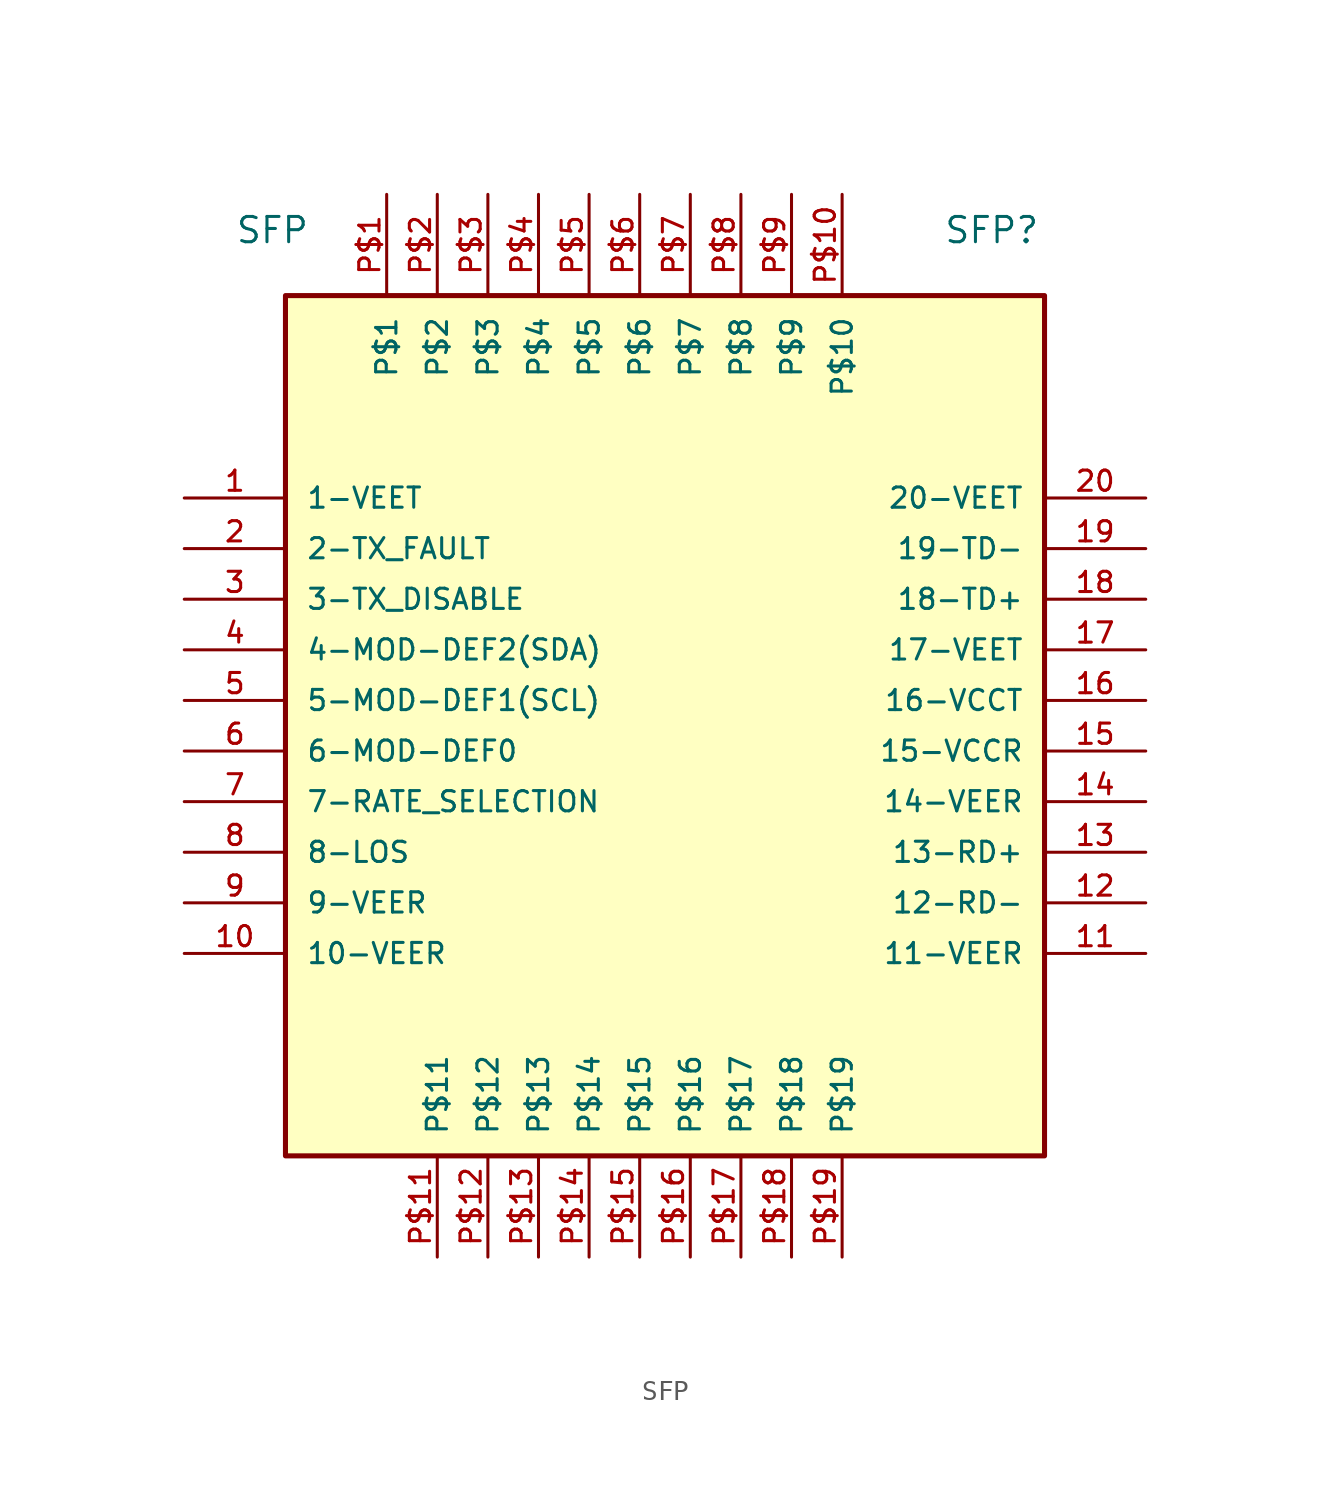
<source format=kicad_sym>
(kicad_symbol_lib
  (version 20211014)
  (generator kicad_symbol_editor)
  (symbol "SFP"
    (pin_names
      (offset 1.016))
    (property "Reference" "SFP"
      (at 15.24 22.86 0)
      (effects (font (size 1.27 1.27)) (justify bottom left)))
    (property "Value" "SFP"
      (at -20.32 22.86 0)
      (effects (font (size 1.27 1.27)) (justify bottom left)))
    (symbol "SFP_0_0"
      (rectangle (start -17.78 -22.86) (end 20.32 20.32) (stroke (width 0.254)) (fill (type background)))
      (pin bidirectional line (at -22.86 10.16 0) (length 5.08) (name "1-VEET" (effects (font (size 1.016 1.016)))) (number "1" (effects (font (size 1.016 1.016)))))
      (pin bidirectional line (at -22.86 7.62 0) (length 5.08) (name "2-TX_FAULT" (effects (font (size 1.016 1.016)))) (number "2" (effects (font (size 1.016 1.016)))))
      (pin bidirectional line (at -22.86 5.08 0) (length 5.08) (name "3-TX_DISABLE" (effects (font (size 1.016 1.016)))) (number "3" (effects (font (size 1.016 1.016)))))
      (pin bidirectional line (at -22.86 2.54 0) (length 5.08) (name "4-MOD-DEF2(SDA)" (effects (font (size 1.016 1.016)))) (number "4" (effects (font (size 1.016 1.016)))))
      (pin bidirectional line (at -22.86 0.0 0) (length 5.08) (name "5-MOD-DEF1(SCL)" (effects (font (size 1.016 1.016)))) (number "5" (effects (font (size 1.016 1.016)))))
      (pin bidirectional line (at -22.86 -2.54 0) (length 5.08) (name "6-MOD-DEF0" (effects (font (size 1.016 1.016)))) (number "6" (effects (font (size 1.016 1.016)))))
      (pin bidirectional line (at -22.86 -5.08 0) (length 5.08) (name "7-RATE_SELECTION" (effects (font (size 1.016 1.016)))) (number "7" (effects (font (size 1.016 1.016)))))
      (pin bidirectional line (at -22.86 -7.62 0) (length 5.08) (name "8-LOS" (effects (font (size 1.016 1.016)))) (number "8" (effects (font (size 1.016 1.016)))))
      (pin bidirectional line (at -22.86 -10.16 0) (length 5.08) (name "9-VEER" (effects (font (size 1.016 1.016)))) (number "9" (effects (font (size 1.016 1.016)))))
      (pin bidirectional line (at -22.86 -12.7 0) (length 5.08) (name "10-VEER" (effects (font (size 1.016 1.016)))) (number "10" (effects (font (size 1.016 1.016)))))
      (pin bidirectional line (at 25.4 -12.7 180.0) (length 5.08) (name "11-VEER" (effects (font (size 1.016 1.016)))) (number "11" (effects (font (size 1.016 1.016)))))
      (pin bidirectional line (at 25.4 -10.16 180.0) (length 5.08) (name "12-RD-" (effects (font (size 1.016 1.016)))) (number "12" (effects (font (size 1.016 1.016)))))
      (pin bidirectional line (at 25.4 -7.62 180.0) (length 5.08) (name "13-RD+" (effects (font (size 1.016 1.016)))) (number "13" (effects (font (size 1.016 1.016)))))
      (pin bidirectional line (at 25.4 -5.08 180.0) (length 5.08) (name "14-VEER" (effects (font (size 1.016 1.016)))) (number "14" (effects (font (size 1.016 1.016)))))
      (pin bidirectional line (at 25.4 -2.54 180.0) (length 5.08) (name "15-VCCR" (effects (font (size 1.016 1.016)))) (number "15" (effects (font (size 1.016 1.016)))))
      (pin bidirectional line (at 25.4 0.0 180.0) (length 5.08) (name "16-VCCT" (effects (font (size 1.016 1.016)))) (number "16" (effects (font (size 1.016 1.016)))))
      (pin bidirectional line (at 25.4 2.54 180.0) (length 5.08) (name "17-VEET" (effects (font (size 1.016 1.016)))) (number "17" (effects (font (size 1.016 1.016)))))
      (pin bidirectional line (at 25.4 5.08 180.0) (length 5.08) (name "18-TD+" (effects (font (size 1.016 1.016)))) (number "18" (effects (font (size 1.016 1.016)))))
      (pin bidirectional line (at 25.4 7.62 180.0) (length 5.08) (name "19-TD-" (effects (font (size 1.016 1.016)))) (number "19" (effects (font (size 1.016 1.016)))))
      (pin bidirectional line (at 25.4 10.16 180.0) (length 5.08) (name "20-VEET" (effects (font (size 1.016 1.016)))) (number "20" (effects (font (size 1.016 1.016)))))
      (pin bidirectional line (at -12.7 25.4 270.0) (length 5.08) (name "P$1" (effects (font (size 1.016 1.016)))) (number "P$1" (effects (font (size 1.016 1.016)))))
      (pin bidirectional line (at -10.16 25.4 270.0) (length 5.08) (name "P$2" (effects (font (size 1.016 1.016)))) (number "P$2" (effects (font (size 1.016 1.016)))))
      (pin bidirectional line (at -7.62 25.4 270.0) (length 5.08) (name "P$3" (effects (font (size 1.016 1.016)))) (number "P$3" (effects (font (size 1.016 1.016)))))
      (pin bidirectional line (at -5.08 25.4 270.0) (length 5.08) (name "P$4" (effects (font (size 1.016 1.016)))) (number "P$4" (effects (font (size 1.016 1.016)))))
      (pin bidirectional line (at -2.54 25.4 270.0) (length 5.08) (name "P$5" (effects (font (size 1.016 1.016)))) (number "P$5" (effects (font (size 1.016 1.016)))))
      (pin bidirectional line (at 0.0 25.4 270.0) (length 5.08) (name "P$6" (effects (font (size 1.016 1.016)))) (number "P$6" (effects (font (size 1.016 1.016)))))
      (pin bidirectional line (at 2.54 25.4 270.0) (length 5.08) (name "P$7" (effects (font (size 1.016 1.016)))) (number "P$7" (effects (font (size 1.016 1.016)))))
      (pin bidirectional line (at 5.08 25.4 270.0) (length 5.08) (name "P$8" (effects (font (size 1.016 1.016)))) (number "P$8" (effects (font (size 1.016 1.016)))))
      (pin bidirectional line (at 7.62 25.4 270.0) (length 5.08) (name "P$9" (effects (font (size 1.016 1.016)))) (number "P$9" (effects (font (size 1.016 1.016)))))
      (pin bidirectional line (at 10.16 25.4 270.0) (length 5.08) (name "P$10" (effects (font (size 1.016 1.016)))) (number "P$10" (effects (font (size 1.016 1.016)))))
      (pin bidirectional line (at -10.16 -27.94 90.0) (length 5.08) (name "P$11" (effects (font (size 1.016 1.016)))) (number "P$11" (effects (font (size 1.016 1.016)))))
      (pin bidirectional line (at -7.62 -27.94 90.0) (length 5.08) (name "P$12" (effects (font (size 1.016 1.016)))) (number "P$12" (effects (font (size 1.016 1.016)))))
      (pin bidirectional line (at -5.08 -27.94 90.0) (length 5.08) (name "P$13" (effects (font (size 1.016 1.016)))) (number "P$13" (effects (font (size 1.016 1.016)))))
      (pin bidirectional line (at -2.54 -27.94 90.0) (length 5.08) (name "P$14" (effects (font (size 1.016 1.016)))) (number "P$14" (effects (font (size 1.016 1.016)))))
      (pin bidirectional line (at 0.0 -27.94 90.0) (length 5.08) (name "P$15" (effects (font (size 1.016 1.016)))) (number "P$15" (effects (font (size 1.016 1.016)))))
      (pin bidirectional line (at 2.54 -27.94 90.0) (length 5.08) (name "P$16" (effects (font (size 1.016 1.016)))) (number "P$16" (effects (font (size 1.016 1.016)))))
      (pin bidirectional line (at 5.08 -27.94 90.0) (length 5.08) (name "P$17" (effects (font (size 1.016 1.016)))) (number "P$17" (effects (font (size 1.016 1.016)))))
      (pin bidirectional line (at 7.62 -27.94 90.0) (length 5.08) (name "P$18" (effects (font (size 1.016 1.016)))) (number "P$18" (effects (font (size 1.016 1.016)))))
      (pin bidirectional line (at 10.16 -27.94 90.0) (length 5.08) (name "P$19" (effects (font (size 1.016 1.016)))) (number "P$19" (effects (font (size 1.016 1.016))))))))
</source>
